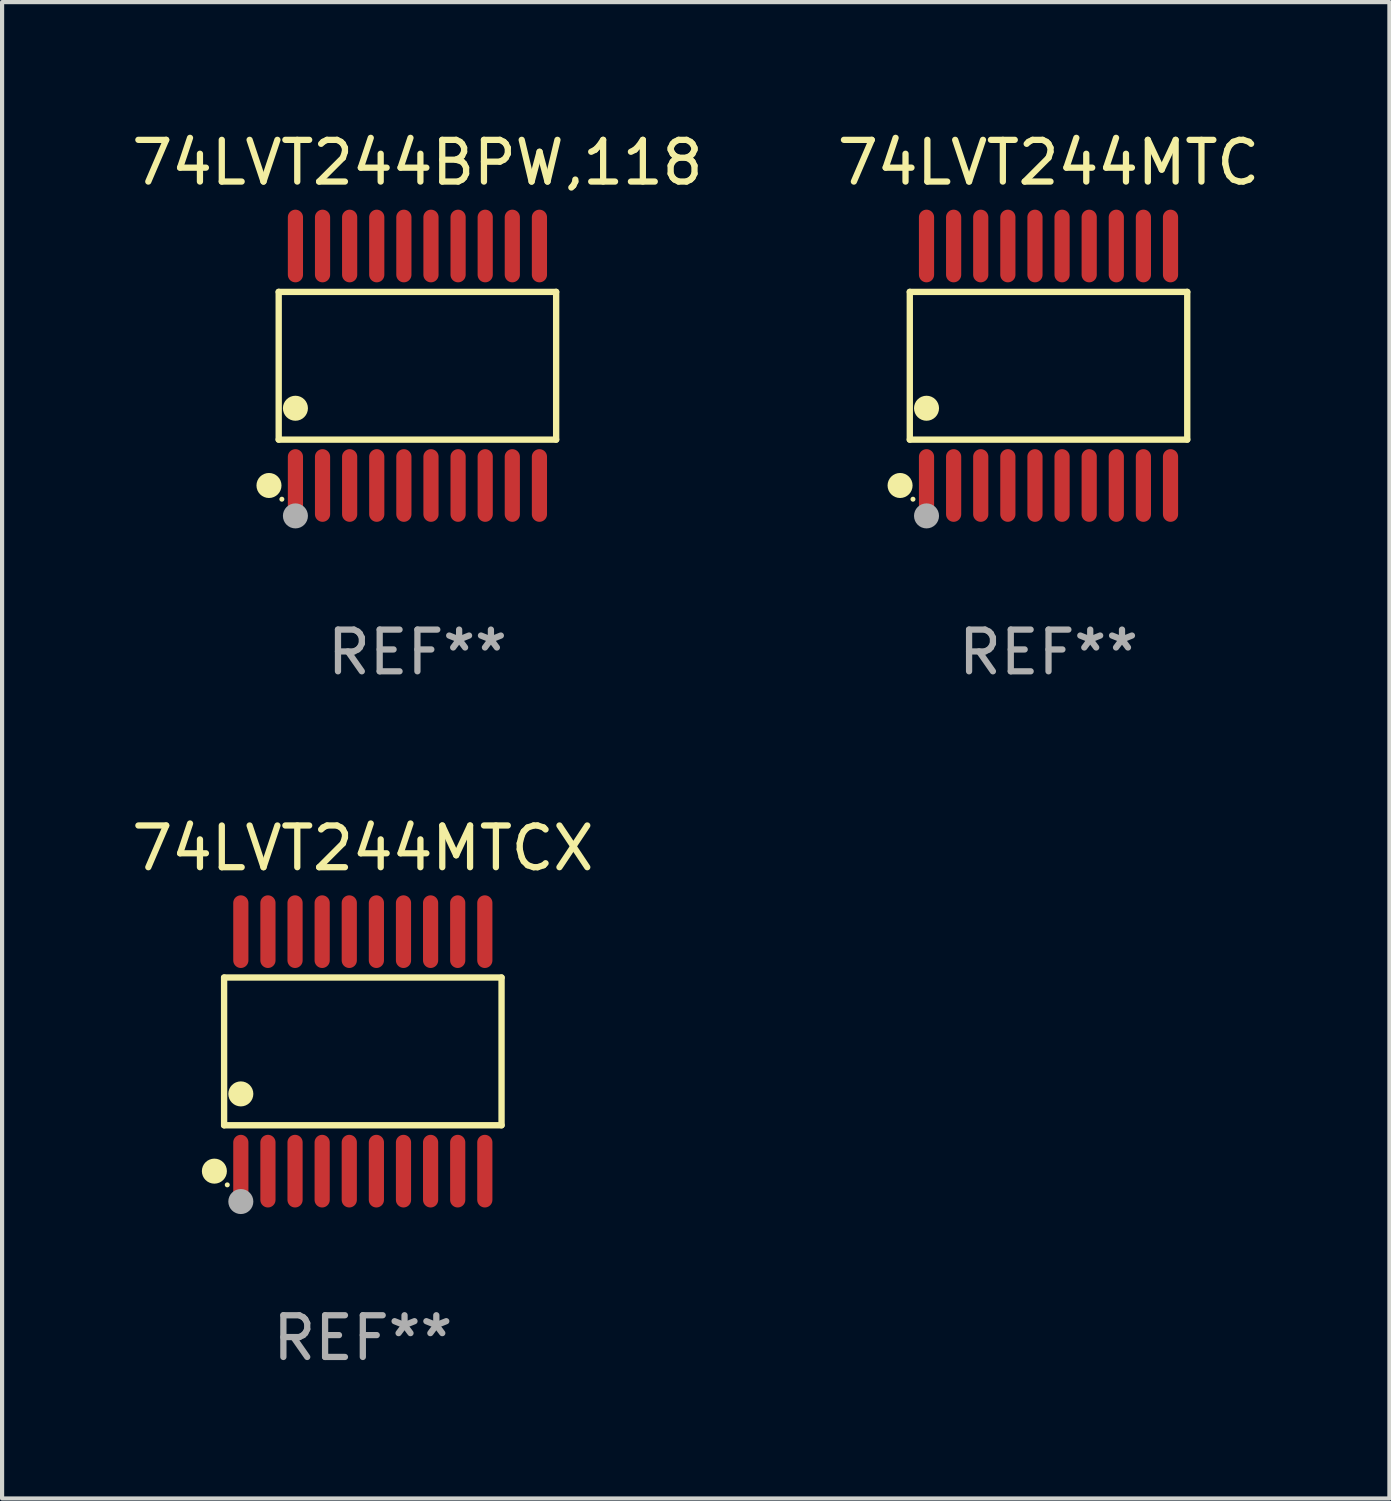
<source format=kicad_pcb>
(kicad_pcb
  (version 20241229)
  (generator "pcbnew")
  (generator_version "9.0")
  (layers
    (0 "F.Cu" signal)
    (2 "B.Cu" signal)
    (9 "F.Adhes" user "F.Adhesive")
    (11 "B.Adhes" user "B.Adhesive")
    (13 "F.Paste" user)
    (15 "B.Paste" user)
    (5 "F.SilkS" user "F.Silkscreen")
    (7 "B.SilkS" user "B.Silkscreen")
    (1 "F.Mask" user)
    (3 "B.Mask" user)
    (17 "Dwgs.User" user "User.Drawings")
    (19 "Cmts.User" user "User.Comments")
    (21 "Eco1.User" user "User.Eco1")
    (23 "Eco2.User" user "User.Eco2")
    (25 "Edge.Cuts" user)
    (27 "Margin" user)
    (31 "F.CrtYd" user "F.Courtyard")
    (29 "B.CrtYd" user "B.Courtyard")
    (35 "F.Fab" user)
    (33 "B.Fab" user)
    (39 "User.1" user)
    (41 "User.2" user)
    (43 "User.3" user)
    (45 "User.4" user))
  (footprint "74LVT244BPW,118"
    (layer "F.Cu")
    (at 6.958 5.719)
    (property "Reference" "74LVT244BPW,118" (at 0 -4.871 0) (layer "F.SilkS") (effects (font (size 1 1) (thickness 0.15))))
    (attr through_hole)
    (fp_line (start -3.326 -1.771) (end 3.326 -1.771) (stroke (width 0.152) (type solid)) (layer "F.SilkS"))
    (fp_line (start -3.326 1.771) (end -3.326 -1.771) (stroke (width 0.152) (type solid)) (layer "F.SilkS"))
    (fp_line (start 3.326 -1.771) (end 3.326 1.771) (stroke (width 0.152) (type solid)) (layer "F.SilkS"))
    (fp_line (start 3.326 1.771) (end -3.326 1.771) (stroke (width 0.152) (type solid)) (layer "F.SilkS"))
    (fp_circle (center -3.559 2.871) (end -3.409 2.871) (stroke (width 0.3) (type solid)) (fill no) (layer "F.SilkS"))
    (fp_circle (center -3.25 3.2) (end -3.22 3.2) (stroke (width 0.06) (type solid)) (fill no) (layer "F.SilkS"))
    (fp_circle (center -2.925 1.019) (end -2.775 1.019) (stroke (width 0.3) (type solid)) (fill no) (layer "F.SilkS"))
    (fp_circle (center -2.925 3.6) (end -2.775 3.6) (stroke (width 0.3) (type solid)) (fill no) (layer "F.Fab"))
    (fp_text user "REF**" (at 0 6.871 0) (layer "F.Fab") (effects (font (size 1 1) (thickness 0.15))))
    (pad "1" smd oval (at -2.925 2.871) (size 0.364 1.742) (layers "F.Cu" "F.Mask" "F.Paste"))
    (pad "2" smd oval (at -2.275 2.871) (size 0.364 1.742) (layers "F.Cu" "F.Mask" "F.Paste"))
    (pad "3" smd oval (at -1.625 2.871) (size 0.364 1.742) (layers "F.Cu" "F.Mask" "F.Paste"))
    (pad "4" smd oval (at -0.975 2.871) (size 0.364 1.742) (layers "F.Cu" "F.Mask" "F.Paste"))
    (pad "5" smd oval (at -0.325 2.871) (size 0.364 1.742) (layers "F.Cu" "F.Mask" "F.Paste"))
    (pad "6" smd oval (at 0.325 2.871) (size 0.364 1.742) (layers "F.Cu" "F.Mask" "F.Paste"))
    (pad "7" smd oval (at 0.975 2.871) (size 0.364 1.742) (layers "F.Cu" "F.Mask" "F.Paste"))
    (pad "8" smd oval (at 1.625 2.871) (size 0.364 1.742) (layers "F.Cu" "F.Mask" "F.Paste"))
    (pad "9" smd oval (at 2.275 2.871) (size 0.364 1.742) (layers "F.Cu" "F.Mask" "F.Paste"))
    (pad "10" smd oval (at 2.925 2.871) (size 0.364 1.742) (layers "F.Cu" "F.Mask" "F.Paste"))
    (pad "11" smd oval (at 2.925 -2.871) (size 0.364 1.742) (layers "F.Cu" "F.Mask" "F.Paste"))
    (pad "12" smd oval (at 2.275 -2.871) (size 0.364 1.742) (layers "F.Cu" "F.Mask" "F.Paste"))
    (pad "13" smd oval (at 1.625 -2.871) (size 0.364 1.742) (layers "F.Cu" "F.Mask" "F.Paste"))
    (pad "14" smd oval (at 0.975 -2.871) (size 0.364 1.742) (layers "F.Cu" "F.Mask" "F.Paste"))
    (pad "15" smd oval (at 0.325 -2.871) (size 0.364 1.742) (layers "F.Cu" "F.Mask" "F.Paste"))
    (pad "16" smd oval (at -0.325 -2.871) (size 0.364 1.742) (layers "F.Cu" "F.Mask" "F.Paste"))
    (pad "17" smd oval (at -0.975 -2.871) (size 0.364 1.742) (layers "F.Cu" "F.Mask" "F.Paste"))
    (pad "18" smd oval (at -1.625 -2.871) (size 0.364 1.742) (layers "F.Cu" "F.Mask" "F.Paste"))
    (pad "19" smd oval (at -2.275 -2.871) (size 0.364 1.742) (layers "F.Cu" "F.Mask" "F.Paste"))
    (pad "20" smd oval (at -2.925 -2.871) (size 0.364 1.742) (layers "F.Cu" "F.Mask" "F.Paste")))
  (footprint "74LVT244MTC"
    (layer "F.Cu")
    (at 22.089 5.719)
    (property "Reference" "74LVT244MTC" (at 0 -4.871 0) (layer "F.SilkS") (effects (font (size 1 1) (thickness 0.15))))
    (attr through_hole)
    (fp_line (start -3.326 -1.771) (end 3.326 -1.771) (stroke (width 0.152) (type solid)) (layer "F.SilkS"))
    (fp_line (start -3.326 1.771) (end -3.326 -1.771) (stroke (width 0.152) (type solid)) (layer "F.SilkS"))
    (fp_line (start 3.326 -1.771) (end 3.326 1.771) (stroke (width 0.152) (type solid)) (layer "F.SilkS"))
    (fp_line (start 3.326 1.771) (end -3.326 1.771) (stroke (width 0.152) (type solid)) (layer "F.SilkS"))
    (fp_circle (center -3.559 2.871) (end -3.409 2.871) (stroke (width 0.3) (type solid)) (fill no) (layer "F.SilkS"))
    (fp_circle (center -3.25 3.2) (end -3.22 3.2) (stroke (width 0.06) (type solid)) (fill no) (layer "F.SilkS"))
    (fp_circle (center -2.925 1.019) (end -2.775 1.019) (stroke (width 0.3) (type solid)) (fill no) (layer "F.SilkS"))
    (fp_circle (center -2.925 3.6) (end -2.775 3.6) (stroke (width 0.3) (type solid)) (fill no) (layer "F.Fab"))
    (fp_text user "REF**" (at 0 6.871 0) (layer "F.Fab") (effects (font (size 1 1) (thickness 0.15))))
    (pad "1" smd oval (at -2.925 2.871) (size 0.364 1.742) (layers "F.Cu" "F.Mask" "F.Paste"))
    (pad "2" smd oval (at -2.275 2.871) (size 0.364 1.742) (layers "F.Cu" "F.Mask" "F.Paste"))
    (pad "3" smd oval (at -1.625 2.871) (size 0.364 1.742) (layers "F.Cu" "F.Mask" "F.Paste"))
    (pad "4" smd oval (at -0.975 2.871) (size 0.364 1.742) (layers "F.Cu" "F.Mask" "F.Paste"))
    (pad "5" smd oval (at -0.325 2.871) (size 0.364 1.742) (layers "F.Cu" "F.Mask" "F.Paste"))
    (pad "6" smd oval (at 0.325 2.871) (size 0.364 1.742) (layers "F.Cu" "F.Mask" "F.Paste"))
    (pad "7" smd oval (at 0.975 2.871) (size 0.364 1.742) (layers "F.Cu" "F.Mask" "F.Paste"))
    (pad "8" smd oval (at 1.625 2.871) (size 0.364 1.742) (layers "F.Cu" "F.Mask" "F.Paste"))
    (pad "9" smd oval (at 2.275 2.871) (size 0.364 1.742) (layers "F.Cu" "F.Mask" "F.Paste"))
    (pad "10" smd oval (at 2.925 2.871) (size 0.364 1.742) (layers "F.Cu" "F.Mask" "F.Paste"))
    (pad "11" smd oval (at 2.925 -2.871) (size 0.364 1.742) (layers "F.Cu" "F.Mask" "F.Paste"))
    (pad "12" smd oval (at 2.275 -2.871) (size 0.364 1.742) (layers "F.Cu" "F.Mask" "F.Paste"))
    (pad "13" smd oval (at 1.625 -2.871) (size 0.364 1.742) (layers "F.Cu" "F.Mask" "F.Paste"))
    (pad "14" smd oval (at 0.975 -2.871) (size 0.364 1.742) (layers "F.Cu" "F.Mask" "F.Paste"))
    (pad "15" smd oval (at 0.325 -2.871) (size 0.364 1.742) (layers "F.Cu" "F.Mask" "F.Paste"))
    (pad "16" smd oval (at -0.325 -2.871) (size 0.364 1.742) (layers "F.Cu" "F.Mask" "F.Paste"))
    (pad "17" smd oval (at -0.975 -2.871) (size 0.364 1.742) (layers "F.Cu" "F.Mask" "F.Paste"))
    (pad "18" smd oval (at -1.625 -2.871) (size 0.364 1.742) (layers "F.Cu" "F.Mask" "F.Paste"))
    (pad "19" smd oval (at -2.275 -2.871) (size 0.364 1.742) (layers "F.Cu" "F.Mask" "F.Paste"))
    (pad "20" smd oval (at -2.925 -2.871) (size 0.364 1.742) (layers "F.Cu" "F.Mask" "F.Paste")))
  (footprint "74LVT244MTCX"
    (layer "F.Cu")
    (at 5.649 22.158)
    (property "Reference" "74LVT244MTCX" (at 0 -4.871 0) (layer "F.SilkS") (effects (font (size 1 1) (thickness 0.15))))
    (attr through_hole)
    (fp_line (start -3.326 -1.771) (end 3.326 -1.771) (stroke (width 0.152) (type solid)) (layer "F.SilkS"))
    (fp_line (start -3.326 1.771) (end -3.326 -1.771) (stroke (width 0.152) (type solid)) (layer "F.SilkS"))
    (fp_line (start 3.326 -1.771) (end 3.326 1.771) (stroke (width 0.152) (type solid)) (layer "F.SilkS"))
    (fp_line (start 3.326 1.771) (end -3.326 1.771) (stroke (width 0.152) (type solid)) (layer "F.SilkS"))
    (fp_circle (center -3.559 2.871) (end -3.409 2.871) (stroke (width 0.3) (type solid)) (fill no) (layer "F.SilkS"))
    (fp_circle (center -3.25 3.2) (end -3.22 3.2) (stroke (width 0.06) (type solid)) (fill no) (layer "F.SilkS"))
    (fp_circle (center -2.925 1.019) (end -2.775 1.019) (stroke (width 0.3) (type solid)) (fill no) (layer "F.SilkS"))
    (fp_circle (center -2.925 3.6) (end -2.775 3.6) (stroke (width 0.3) (type solid)) (fill no) (layer "F.Fab"))
    (fp_text user "REF**" (at 0 6.871 0) (layer "F.Fab") (effects (font (size 1 1) (thickness 0.15))))
    (pad "1" smd oval (at -2.925 2.871) (size 0.364 1.742) (layers "F.Cu" "F.Mask" "F.Paste"))
    (pad "2" smd oval (at -2.275 2.871) (size 0.364 1.742) (layers "F.Cu" "F.Mask" "F.Paste"))
    (pad "3" smd oval (at -1.625 2.871) (size 0.364 1.742) (layers "F.Cu" "F.Mask" "F.Paste"))
    (pad "4" smd oval (at -0.975 2.871) (size 0.364 1.742) (layers "F.Cu" "F.Mask" "F.Paste"))
    (pad "5" smd oval (at -0.325 2.871) (size 0.364 1.742) (layers "F.Cu" "F.Mask" "F.Paste"))
    (pad "6" smd oval (at 0.325 2.871) (size 0.364 1.742) (layers "F.Cu" "F.Mask" "F.Paste"))
    (pad "7" smd oval (at 0.975 2.871) (size 0.364 1.742) (layers "F.Cu" "F.Mask" "F.Paste"))
    (pad "8" smd oval (at 1.625 2.871) (size 0.364 1.742) (layers "F.Cu" "F.Mask" "F.Paste"))
    (pad "9" smd oval (at 2.275 2.871) (size 0.364 1.742) (layers "F.Cu" "F.Mask" "F.Paste"))
    (pad "10" smd oval (at 2.925 2.871) (size 0.364 1.742) (layers "F.Cu" "F.Mask" "F.Paste"))
    (pad "11" smd oval (at 2.925 -2.871) (size 0.364 1.742) (layers "F.Cu" "F.Mask" "F.Paste"))
    (pad "12" smd oval (at 2.275 -2.871) (size 0.364 1.742) (layers "F.Cu" "F.Mask" "F.Paste"))
    (pad "13" smd oval (at 1.625 -2.871) (size 0.364 1.742) (layers "F.Cu" "F.Mask" "F.Paste"))
    (pad "14" smd oval (at 0.975 -2.871) (size 0.364 1.742) (layers "F.Cu" "F.Mask" "F.Paste"))
    (pad "15" smd oval (at 0.325 -2.871) (size 0.364 1.742) (layers "F.Cu" "F.Mask" "F.Paste"))
    (pad "16" smd oval (at -0.325 -2.871) (size 0.364 1.742) (layers "F.Cu" "F.Mask" "F.Paste"))
    (pad "17" smd oval (at -0.975 -2.871) (size 0.364 1.742) (layers "F.Cu" "F.Mask" "F.Paste"))
    (pad "18" smd oval (at -1.625 -2.871) (size 0.364 1.742) (layers "F.Cu" "F.Mask" "F.Paste"))
    (pad "19" smd oval (at -2.275 -2.871) (size 0.364 1.742) (layers "F.Cu" "F.Mask" "F.Paste"))
    (pad "20" smd oval (at -2.925 -2.871) (size 0.364 1.742) (layers "F.Cu" "F.Mask" "F.Paste")))
  (gr_rect
    (start -3 -3)
    (end 30.262 32.877)
    (stroke (width 0.1) (type default))
    (fill no)
    (layer "Edge.Cuts")))
</source>
